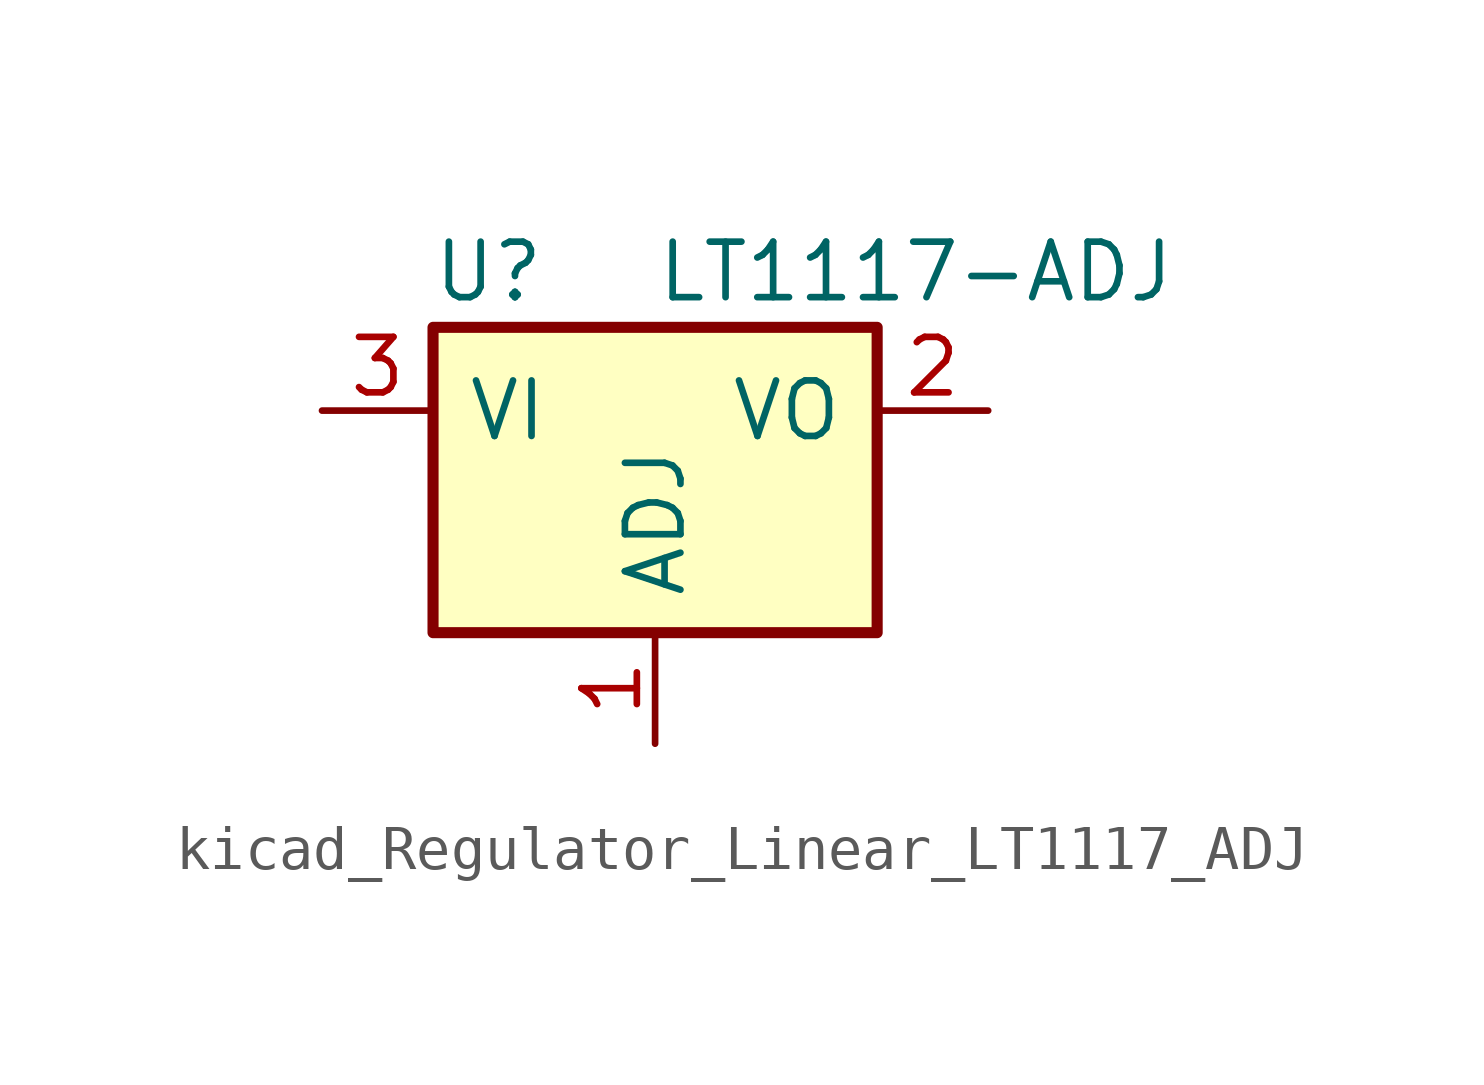
<source format=kicad_sym>
(kicad_symbol_lib
  (version 20220914)
  (generator kicad_symbol_editor)
  (symbol "kicad_Regulator_Linear_LT1117_ADJ"
    (pin_names
      (offset 0.762))
    (property "Reference" "U"
      (at -3.81 3.175 0)
      (effects (font (size 1.27 1.27))))
    (property "Value" "LT1117-ADJ"
      (at 0 3.175 0)
      (effects (font (size 1.27 1.27)) (justify left)))
    (symbol "kicad_Regulator_Linear_LT1117_ADJ_0_1"
      (rectangle (start -5.08 -5.08) (end 5.08 1.905) (stroke (width 0.254) (type default)) (fill (type background))))
    (symbol "kicad_Regulator_Linear_LT1117_ADJ_1_1"
      (pin input line (at 0 -7.62 90) (length 2.54) (name "ADJ" (effects (font (size 1.27 1.27)))) (number "1" (effects (font (size 1.27 1.27)))))
      (pin power_out line (at 7.62 0 180) (length 2.54) (name "VO" (effects (font (size 1.27 1.27)))) (number "2" (effects (font (size 1.27 1.27)))))
      (pin power_in line (at -7.62 0 0) (length 2.54) (name "VI" (effects (font (size 1.27 1.27)))) (number "3" (effects (font (size 1.27 1.27))))))))
</source>
